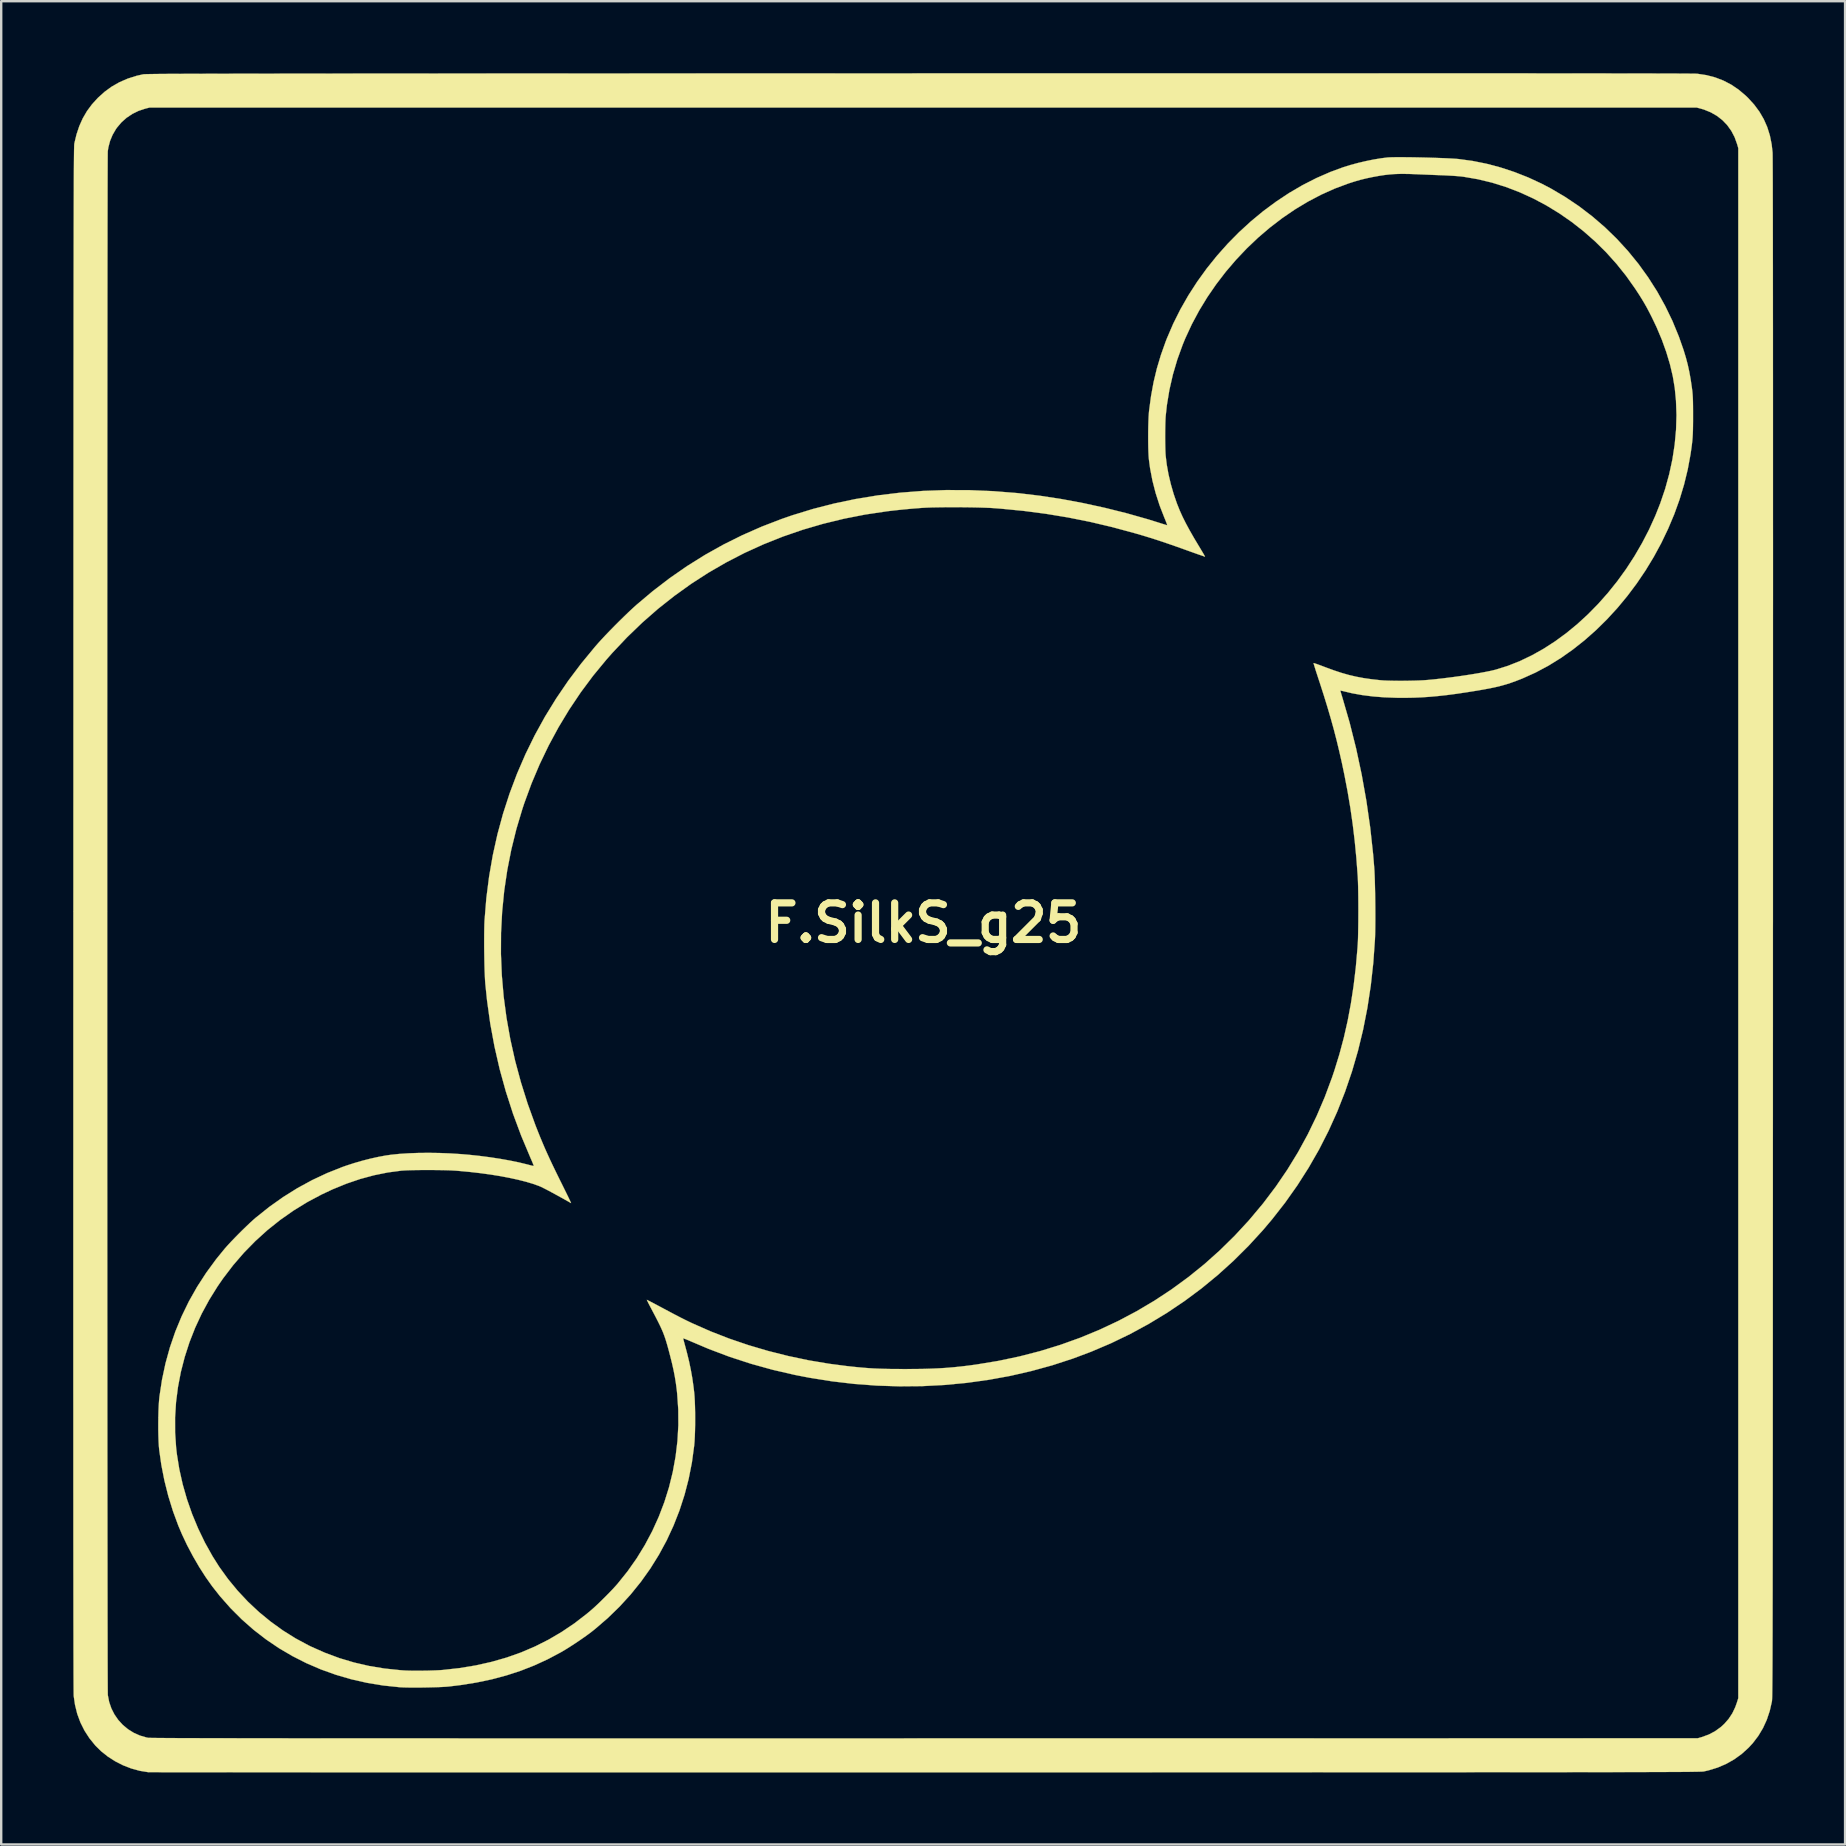
<source format=kicad_pcb>
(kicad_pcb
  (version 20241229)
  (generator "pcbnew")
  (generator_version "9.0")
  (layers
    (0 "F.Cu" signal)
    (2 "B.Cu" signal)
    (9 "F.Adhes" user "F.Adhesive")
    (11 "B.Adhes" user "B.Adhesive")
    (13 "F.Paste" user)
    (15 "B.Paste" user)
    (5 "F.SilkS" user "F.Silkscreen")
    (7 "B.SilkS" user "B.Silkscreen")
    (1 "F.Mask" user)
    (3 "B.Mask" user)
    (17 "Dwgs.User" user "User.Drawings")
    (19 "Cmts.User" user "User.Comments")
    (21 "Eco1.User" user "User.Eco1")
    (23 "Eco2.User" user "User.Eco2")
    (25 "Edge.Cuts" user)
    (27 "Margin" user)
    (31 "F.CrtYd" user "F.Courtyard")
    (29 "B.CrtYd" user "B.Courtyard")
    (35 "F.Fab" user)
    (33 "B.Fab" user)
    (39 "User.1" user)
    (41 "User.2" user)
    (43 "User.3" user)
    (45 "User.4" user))
  (footprint "F.SilkS_g25"
    (layer "F.Cu")
    (at 35.435 35.414)
    (property "Reference" "F.SilkS_g25" (at 0 0 0) (layer "F.SilkS") (effects (font (size 1.524 1.524) (thickness 0.3))))
    (attr through_hole)
    (fp_poly (pts (xy 16.532 -35.409) (xy 17.543 -35.409) (xy 18.517 -35.409) (xy 19.454 -35.408) (xy 20.355 -35.408) (xy 21.22 -35.408) (xy 22.049 -35.408) (xy 22.842 -35.408) (xy 23.601 -35.407) (xy 24.325 -35.407) (xy 25.014 -35.407) (xy 25.67 -35.406) (xy 26.292 -35.406) (xy 26.881 -35.406) (xy 27.437 -35.405) (xy 27.96 -35.405) (xy 28.452 -35.404) (xy 28.911 -35.403) (xy 29.34 -35.403) (xy 29.737 -35.402) (xy 30.104 -35.402) (xy 30.44 -35.401) (xy 30.746 -35.4) (xy 31.023 -35.399) (xy 31.271 -35.399) (xy 31.49 -35.398) (xy 31.68 -35.397) (xy 31.843 -35.396) (xy 31.977 -35.395) (xy 32.085 -35.394) (xy 32.165 -35.393) (xy 32.218 -35.392) (xy 32.246 -35.391) (xy 32.247 -35.391) (xy 32.632 -35.333) (xy 32.996 -35.238) (xy 33.341 -35.106) (xy 33.668 -34.936) (xy 33.977 -34.727) (xy 34.27 -34.479) (xy 34.366 -34.387) (xy 34.624 -34.104) (xy 34.843 -33.808) (xy 35.024 -33.497) (xy 35.169 -33.169) (xy 35.278 -32.821) (xy 35.353 -32.45) (xy 35.391 -32.109) (xy 35.392 -32.079) (xy 35.393 -32.019) (xy 35.394 -31.928) (xy 35.395 -31.807) (xy 35.396 -31.655) (xy 35.397 -31.472) (xy 35.398 -31.257) (xy 35.399 -31.01) (xy 35.4 -30.731) (xy 35.4 -30.419) (xy 35.401 -30.075) (xy 35.402 -29.698) (xy 35.403 -29.288) (xy 35.403 -28.844) (xy 35.404 -28.366) (xy 35.404 -27.854) (xy 35.405 -27.307) (xy 35.405 -26.726) (xy 35.406 -26.11) (xy 35.406 -25.458) (xy 35.407 -24.771) (xy 35.407 -24.048) (xy 35.407 -23.288) (xy 35.408 -22.492) (xy 35.408 -21.66) (xy 35.408 -20.79) (xy 35.408 -19.883) (xy 35.408 -18.938) (xy 35.408 -17.956) (xy 35.408 -16.935) (xy 35.409 -15.876) (xy 35.409 -14.777) (xy 35.409 -13.64) (xy 35.408 -12.463) (xy 35.408 -11.247) (xy 35.408 -9.991) (xy 35.408 -8.694) (xy 35.408 -7.357) (xy 35.408 -5.979) (xy 35.407 -4.56) (xy 35.407 -3.1) (xy 35.407 -1.598) (xy 35.407 -0.054) (xy 35.406 0.222) (xy 35.406 1.631) (xy 35.406 2.997) (xy 35.406 4.323) (xy 35.405 5.608) (xy 35.405 6.854) (xy 35.405 8.06) (xy 35.404 9.228) (xy 35.404 10.357) (xy 35.404 11.45) (xy 35.403 12.505) (xy 35.403 13.525) (xy 35.403 14.509) (xy 35.402 15.459) (xy 35.402 16.374) (xy 35.402 17.256) (xy 35.401 18.105) (xy 35.401 18.921) (xy 35.401 19.706) (xy 35.4 20.46) (xy 35.4 21.184) (xy 35.4 21.877) (xy 35.399 22.542) (xy 35.399 23.178) (xy 35.399 23.786) (xy 35.398 24.367) (xy 35.398 24.921) (xy 35.397 25.449) (xy 35.397 25.952) (xy 35.396 26.43) (xy 35.396 26.884) (xy 35.395 27.315) (xy 35.395 27.723) (xy 35.394 28.108) (xy 35.393 28.472) (xy 35.393 28.815) (xy 35.392 29.137) (xy 35.392 29.44) (xy 35.391 29.724) (xy 35.39 29.989) (xy 35.389 30.236) (xy 35.389 30.467) (xy 35.388 30.68) (xy 35.387 30.878) (xy 35.386 31.06) (xy 35.385 31.228) (xy 35.384 31.381) (xy 35.383 31.522) (xy 35.382 31.649) (xy 35.381 31.764) (xy 35.38 31.868) (xy 35.379 31.96) (xy 35.378 32.043) (xy 35.377 32.115) (xy 35.376 32.179) (xy 35.375 32.234) (xy 35.373 32.282) (xy 35.372 32.322) (xy 35.371 32.356) (xy 35.369 32.383) (xy 35.368 32.406) (xy 35.366 32.424) (xy 35.365 32.438) (xy 35.363 32.448) (xy 35.363 32.449) (xy 35.273 32.844) (xy 35.149 33.215) (xy 34.99 33.561) (xy 34.796 33.884) (xy 34.567 34.185) (xy 34.386 34.381) (xy 34.1 34.639) (xy 33.791 34.862) (xy 33.459 35.05) (xy 33.103 35.203) (xy 32.725 35.319) (xy 32.533 35.363) (xy 32.524 35.365) (xy 32.512 35.366) (xy 32.496 35.368) (xy 32.476 35.369) (xy 32.451 35.371) (xy 32.421 35.372) (xy 32.384 35.373) (xy 32.341 35.375) (xy 32.29 35.376) (xy 32.232 35.377) (xy 32.165 35.378) (xy 32.089 35.379) (xy 32.002 35.381) (xy 31.906 35.382) (xy 31.798 35.383) (xy 31.679 35.384) (xy 31.547 35.385) (xy 31.402 35.385) (xy 31.244 35.386) (xy 31.071 35.387) (xy 30.883 35.388) (xy 30.68 35.389) (xy 30.461 35.389) (xy 30.225 35.39) (xy 29.972 35.391) (xy 29.701 35.392) (xy 29.411 35.392) (xy 29.102 35.393) (xy 28.773 35.393) (xy 28.424 35.394) (xy 28.053 35.394) (xy 27.661 35.395) (xy 27.246 35.395) (xy 26.808 35.396) (xy 26.347 35.396) (xy 25.861 35.397) (xy 25.351 35.397) (xy 24.815 35.397) (xy 24.253 35.398) (xy 23.664 35.398) (xy 23.048 35.398) (xy 22.403 35.399) (xy 21.73 35.399) (xy 21.028 35.399) (xy 20.296 35.399) (xy 19.534 35.4) (xy 18.74 35.4) (xy 17.914 35.4) (xy 17.056 35.4) (xy 16.166 35.401) (xy 15.241 35.401) (xy 14.282 35.401) (xy 13.288 35.401) (xy 12.259 35.401) (xy 11.194 35.401) (xy 10.091 35.401) (xy 8.952 35.402) (xy 7.774 35.402) (xy 6.558 35.402) (xy 5.302 35.402) (xy 4.007 35.402) (xy 2.671 35.402) (xy 1.294 35.402) (xy 0.064 35.402) (xy -1.106 35.403) (xy -2.266 35.403) (xy -3.414 35.403) (xy -4.551 35.403) (xy -5.676 35.403) (xy -6.789 35.403) (xy -7.887 35.403) (xy -8.971 35.403) (xy -10.04 35.403) (xy -11.093 35.403) (xy -12.129 35.403) (xy -13.148 35.403) (xy -14.149 35.403) (xy -15.131 35.403) (xy -16.094 35.403) (xy -17.036 35.403) (xy -17.958 35.403) (xy -18.858 35.403) (xy -19.735 35.402) (xy -20.59 35.402) (xy -21.42 35.402) (xy -22.226 35.402) (xy -23.006 35.402) (xy -23.761 35.402) (xy -24.488 35.402) (xy -25.188 35.402) (xy -25.86 35.401) (xy -26.503 35.401) (xy -27.117 35.401) (xy -27.699 35.401) (xy -28.251 35.401) (xy -28.771 35.401) (xy -29.258 35.4) (xy -29.712 35.4) (xy -30.132 35.4) (xy -30.517 35.4) (xy -30.866 35.399) (xy -31.18 35.399) (xy -31.456 35.399) (xy -31.694 35.399) (xy -31.895 35.398) (xy -32.056 35.398) (xy -32.177 35.398) (xy -32.257 35.398) (xy -32.296 35.397) (xy -32.3 35.397) (xy -32.659 35.339) (xy -33.012 35.242) (xy -33.356 35.109) (xy -33.684 34.942) (xy -33.993 34.744) (xy -34.276 34.518) (xy -34.513 34.283) (xy -34.757 33.982) (xy -34.964 33.662) (xy -35.134 33.322) (xy -35.266 32.964) (xy -35.359 32.587) (xy -35.412 32.226) (xy -35.413 32.202) (xy -35.414 32.15) (xy -35.415 32.072) (xy -35.416 31.966) (xy -35.417 31.832) (xy -35.418 31.669) (xy -35.419 31.478) (xy -35.42 31.258) (xy -35.42 31.009) (xy -35.421 30.73) (xy -35.422 30.421) (xy -35.423 30.082) (xy -35.423 29.712) (xy -35.424 29.311) (xy -35.425 28.878) (xy -35.425 28.414) (xy -35.426 27.917) (xy -35.426 27.388) (xy -35.427 26.827) (xy -35.427 26.231) (xy -35.428 25.603) (xy -35.428 24.94) (xy -35.428 24.243) (xy -35.429 23.512) (xy -35.429 22.746) (xy -35.429 21.944) (xy -35.429 21.106) (xy -35.429 20.233) (xy -35.43 19.323) (xy -35.43 18.376) (xy -35.43 17.393) (xy -35.43 16.371) (xy -35.43 15.312) (xy -35.43 14.215) (xy -35.43 13.079) (xy -35.43 11.905) (xy -35.43 10.691) (xy -35.429 9.438) (xy -35.429 8.145) (xy -35.429 6.811) (xy -35.429 5.437) (xy -35.429 4.022) (xy -35.428 2.565) (xy -35.428 1.067) (xy -35.428 -0.159) (xy -35.427 -1.479) (xy -34.016 -1.479) (xy -34.016 -0.467) (xy -34.016 0.546) (xy -34.016 1.558) (xy -34.016 2.569) (xy -34.016 3.577) (xy -34.016 4.583) (xy -34.016 5.584) (xy -34.015 6.581) (xy -34.015 7.571) (xy -34.015 8.555) (xy -34.015 9.531) (xy -34.015 10.499) (xy -34.014 11.458) (xy -34.014 12.406) (xy -34.014 13.343) (xy -34.013 14.268) (xy -34.013 15.18) (xy -34.013 16.078) (xy -34.012 16.961) (xy -34.012 17.829) (xy -34.011 18.68) (xy -34.011 19.514) (xy -34.011 20.329) (xy -34.01 21.126) (xy -34.01 21.902) (xy -34.009 22.657) (xy -34.008 23.39) (xy -34.008 24.101) (xy -34.007 24.788) (xy -34.007 25.45) (xy -34.006 26.087) (xy -34.005 26.698) (xy -34.005 27.281) (xy -34.004 27.836) (xy -34.003 28.362) (xy -34.003 28.859) (xy -34.002 29.324) (xy -34.001 29.758) (xy -34 30.159) (xy -34 30.527) (xy -33.999 30.861) (xy -33.998 31.159) (xy -33.997 31.421) (xy -33.996 31.646) (xy -33.995 31.833) (xy -33.994 31.981) (xy -33.993 32.09) (xy -33.992 32.158) (xy -33.991 32.184) (xy -33.936 32.469) (xy -33.843 32.739) (xy -33.715 32.99) (xy -33.555 33.221) (xy -33.366 33.427) (xy -33.15 33.606) (xy -32.911 33.755) (xy -32.651 33.871) (xy -32.374 33.951) (xy -32.314 33.962) (xy -32.301 33.964) (xy -32.276 33.965) (xy -32.237 33.966) (xy -32.185 33.967) (xy -32.119 33.968) (xy -32.038 33.969) (xy -31.942 33.97) (xy -31.829 33.971) (xy -31.701 33.972) (xy -31.555 33.973) (xy -31.392 33.974) (xy -31.21 33.975) (xy -31.01 33.976) (xy -30.791 33.976) (xy -30.552 33.977) (xy -30.292 33.978) (xy -30.012 33.979) (xy -29.709 33.979) (xy -29.385 33.98) (xy -29.039 33.981) (xy -28.669 33.981) (xy -28.275 33.982) (xy -27.857 33.982) (xy -27.414 33.983) (xy -26.945 33.983) (xy -26.45 33.984) (xy -25.929 33.984) (xy -25.381 33.984) (xy -24.805 33.985) (xy -24.2 33.985) (xy -23.567 33.985) (xy -22.905 33.986) (xy -22.212 33.986) (xy -21.489 33.986) (xy -20.734 33.986) (xy -19.948 33.986) (xy -19.13 33.987) (xy -18.279 33.987) (xy -17.395 33.987) (xy -16.476 33.987) (xy -15.523 33.987) (xy -14.535 33.987) (xy -13.512 33.987) (xy -12.452 33.987) (xy -11.355 33.987) (xy -10.221 33.987) (xy -9.049 33.987) (xy -7.839 33.987) (xy -6.59 33.987) (xy -5.301 33.987) (xy -3.972 33.987) (xy -2.602 33.987) (xy -1.191 33.987) (xy 0.053 33.986) (xy 32.269 33.983) (xy 32.438 33.934) (xy 32.728 33.829) (xy 32.993 33.69) (xy 33.233 33.516) (xy 33.38 33.382) (xy 33.564 33.171) (xy 33.714 32.942) (xy 33.835 32.689) (xy 33.903 32.5) (xy 33.962 32.311) (xy 33.962 -32.29) (xy 33.913 -32.459) (xy 33.809 -32.748) (xy 33.671 -33.012) (xy 33.501 -33.249) (xy 33.301 -33.457) (xy 33.072 -33.635) (xy 32.816 -33.782) (xy 32.534 -33.897) (xy 32.398 -33.937) (xy 32.226 -33.983) (xy -32.247 -33.983) (xy -32.435 -33.935) (xy -32.71 -33.844) (xy -32.969 -33.717) (xy -33.208 -33.557) (xy -33.422 -33.367) (xy -33.606 -33.15) (xy -33.653 -33.084) (xy -33.794 -32.841) (xy -33.898 -32.591) (xy -33.968 -32.325) (xy -33.993 -32.165) (xy -33.994 -32.136) (xy -33.995 -32.066) (xy -33.996 -31.955) (xy -33.997 -31.804) (xy -33.998 -31.615) (xy -33.999 -31.388) (xy -34 -31.123) (xy -34.001 -30.823) (xy -34.002 -30.488) (xy -34.002 -30.118) (xy -34.003 -29.715) (xy -34.004 -29.279) (xy -34.005 -28.811) (xy -34.005 -28.313) (xy -34.006 -27.785) (xy -34.007 -27.228) (xy -34.007 -26.643) (xy -34.008 -26.031) (xy -34.008 -25.393) (xy -34.009 -24.729) (xy -34.009 -24.041) (xy -34.01 -23.329) (xy -34.01 -22.594) (xy -34.011 -21.838) (xy -34.011 -21.06) (xy -34.012 -20.263) (xy -34.012 -19.446) (xy -34.013 -18.611) (xy -34.013 -17.759) (xy -34.013 -16.891) (xy -34.014 -16.006) (xy -34.014 -15.107) (xy -34.014 -14.195) (xy -34.015 -13.269) (xy -34.015 -12.331) (xy -34.015 -11.383) (xy -34.015 -10.424) (xy -34.015 -9.455) (xy -34.016 -8.478) (xy -34.016 -7.494) (xy -34.016 -6.503) (xy -34.016 -5.506) (xy -34.016 -4.505) (xy -34.016 -3.499) (xy -34.016 -2.49) (xy -34.016 -1.479) (xy -35.427 -1.479) (xy -35.427 -1.573) (xy -35.427 -2.947) (xy -35.427 -4.278) (xy -35.426 -5.57) (xy -35.426 -6.822) (xy -35.426 -8.034) (xy -35.425 -9.208) (xy -35.425 -10.343) (xy -35.425 -11.442) (xy -35.425 -12.504) (xy -35.424 -13.529) (xy -35.424 -14.519) (xy -35.424 -15.474) (xy -35.423 -16.395) (xy -35.423 -17.283) (xy -35.423 -18.137) (xy -35.422 -18.959) (xy -35.422 -19.749) (xy -35.421 -20.508) (xy -35.421 -21.236) (xy -35.421 -21.935) (xy -35.42 -22.604) (xy -35.42 -23.245) (xy -35.419 -23.857) (xy -35.419 -24.442) (xy -35.419 -25) (xy -35.418 -25.532) (xy -35.418 -26.039) (xy -35.417 -26.521) (xy -35.417 -26.978) (xy -35.416 -27.411) (xy -35.415 -27.822) (xy -35.415 -28.21) (xy -35.414 -28.576) (xy -35.414 -28.921) (xy -35.413 -29.246) (xy -35.412 -29.55) (xy -35.412 -29.835) (xy -35.411 -30.101) (xy -35.41 -30.35) (xy -35.409 -30.58) (xy -35.409 -30.794) (xy -35.408 -30.992) (xy -35.407 -31.174) (xy -35.406 -31.341) (xy -35.405 -31.494) (xy -35.404 -31.632) (xy -35.403 -31.758) (xy -35.402 -31.871) (xy -35.401 -31.973) (xy -35.4 -32.063) (xy -35.399 -32.142) (xy -35.398 -32.212) (xy -35.396 -32.271) (xy -35.395 -32.323) (xy -35.394 -32.366) (xy -35.393 -32.401) (xy -35.391 -32.43) (xy -35.39 -32.452) (xy -35.388 -32.468) (xy -35.387 -32.48) (xy -35.387 -32.483) (xy -35.296 -32.863) (xy -35.179 -33.212) (xy -35.034 -33.535) (xy -34.859 -33.835) (xy -34.651 -34.116) (xy -34.409 -34.382) (xy -34.406 -34.385) (xy -34.126 -34.638) (xy -33.826 -34.856) (xy -33.506 -35.038) (xy -33.163 -35.187) (xy -32.793 -35.304) (xy -32.524 -35.365) (xy -32.514 -35.367) (xy -32.499 -35.368) (xy -32.479 -35.37) (xy -32.452 -35.371) (xy -32.419 -35.372) (xy -32.378 -35.374) (xy -32.329 -35.375) (xy -32.272 -35.376) (xy -32.205 -35.377) (xy -32.128 -35.378) (xy -32.041 -35.38) (xy -31.942 -35.381) (xy -31.832 -35.382) (xy -31.71 -35.383) (xy -31.574 -35.384) (xy -31.425 -35.385) (xy -31.261 -35.385) (xy -31.083 -35.386) (xy -30.889 -35.387) (xy -30.679 -35.388) (xy -30.452 -35.389) (xy -30.208 -35.389) (xy -29.946 -35.39) (xy -29.665 -35.391) (xy -29.366 -35.392) (xy -29.046 -35.392) (xy -28.706 -35.393) (xy -28.344 -35.394) (xy -27.961 -35.394) (xy -27.556 -35.395) (xy -27.128 -35.395) (xy -26.676 -35.396) (xy -26.2 -35.396) (xy -25.7 -35.397) (xy -25.173 -35.397) (xy -24.621 -35.398) (xy -24.042 -35.398) (xy -23.436 -35.399) (xy -22.802 -35.399) (xy -22.139 -35.399) (xy -21.448 -35.4) (xy -20.726 -35.4) (xy -19.974 -35.401) (xy -19.191 -35.401) (xy -18.377 -35.401) (xy -17.53 -35.402) (xy -16.65 -35.402) (xy -15.737 -35.402) (xy -14.79 -35.403) (xy -13.808 -35.403) (xy -12.791 -35.403) (xy -11.738 -35.404) (xy -10.648 -35.404) (xy -9.521 -35.404) (xy -8.356 -35.405) (xy -7.152 -35.405) (xy -5.91 -35.405) (xy -4.628 -35.405) (xy -3.305 -35.406) (xy -1.942 -35.406) (xy -0.537 -35.406) (xy -0.169 -35.407) (xy 1.359 -35.407) (xy 2.846 -35.407) (xy 4.291 -35.407) (xy 5.694 -35.408) (xy 7.057 -35.408) (xy 8.379 -35.408) (xy 9.661 -35.408) (xy 10.904 -35.408) (xy 12.107 -35.409) (xy 13.271 -35.409) (xy 14.396 -35.409) (xy 15.483 -35.409) (xy 16.532 -35.409)) (stroke (width 0.01) (type solid)) (fill yes) (layer "F.SilkS"))
    (fp_poly (pts (xy 20.098 -31.911) (xy 20.32 -31.909) (xy 20.553 -31.905) (xy 20.792 -31.9) (xy 21.033 -31.894) (xy 21.271 -31.887) (xy 21.5 -31.879) (xy 21.715 -31.871) (xy 21.911 -31.862) (xy 22.083 -31.852) (xy 22.226 -31.843) (xy 22.31 -31.835) (xy 22.886 -31.757) (xy 23.469 -31.64) (xy 24.053 -31.485) (xy 24.634 -31.294) (xy 25.208 -31.068) (xy 25.769 -30.808) (xy 26.144 -30.612) (xy 26.746 -30.257) (xy 27.323 -29.869) (xy 27.874 -29.448) (xy 28.399 -28.996) (xy 28.895 -28.515) (xy 29.362 -28.005) (xy 29.799 -27.469) (xy 30.204 -26.907) (xy 30.577 -26.322) (xy 30.915 -25.714) (xy 31.219 -25.085) (xy 31.486 -24.436) (xy 31.682 -23.876) (xy 31.776 -23.567) (xy 31.855 -23.268) (xy 31.921 -22.965) (xy 31.978 -22.647) (xy 32.029 -22.299) (xy 32.042 -22.197) (xy 32.052 -22.102) (xy 32.06 -22.008) (xy 32.066 -21.908) (xy 32.071 -21.797) (xy 32.074 -21.667) (xy 32.076 -21.512) (xy 32.077 -21.327) (xy 32.077 -21.156) (xy 32.077 -20.915) (xy 32.075 -20.709) (xy 32.072 -20.53) (xy 32.066 -20.371) (xy 32.057 -20.224) (xy 32.045 -20.083) (xy 32.029 -19.939) (xy 32.009 -19.785) (xy 31.984 -19.614) (xy 31.973 -19.536) (xy 31.856 -18.902) (xy 31.703 -18.272) (xy 31.515 -17.648) (xy 31.293 -17.032) (xy 31.038 -16.427) (xy 30.754 -15.834) (xy 30.44 -15.255) (xy 30.099 -14.693) (xy 29.732 -14.15) (xy 29.34 -13.627) (xy 28.926 -13.127) (xy 28.49 -12.652) (xy 28.035 -12.204) (xy 27.561 -11.784) (xy 27.071 -11.396) (xy 26.566 -11.04) (xy 26.048 -10.719) (xy 25.517 -10.436) (xy 24.976 -10.192) (xy 24.93 -10.173) (xy 24.706 -10.086) (xy 24.496 -10.01) (xy 24.29 -9.943) (xy 24.081 -9.884) (xy 23.861 -9.83) (xy 23.621 -9.779) (xy 23.354 -9.729) (xy 23.103 -9.685) (xy 22.646 -9.612) (xy 22.224 -9.549) (xy 21.831 -9.497) (xy 21.461 -9.456) (xy 21.11 -9.424) (xy 20.77 -9.401) (xy 20.437 -9.387) (xy 20.105 -9.381) (xy 19.768 -9.382) (xy 19.706 -9.383) (xy 19.202 -9.402) (xy 18.731 -9.439) (xy 18.289 -9.495) (xy 17.871 -9.57) (xy 17.489 -9.661) (xy 17.428 -9.675) (xy 17.388 -9.68) (xy 17.378 -9.677) (xy 17.384 -9.652) (xy 17.4 -9.595) (xy 17.424 -9.514) (xy 17.454 -9.415) (xy 17.463 -9.387) (xy 17.766 -8.339) (xy 18.034 -7.27) (xy 18.266 -6.184) (xy 18.462 -5.086) (xy 18.621 -3.98) (xy 18.742 -2.871) (xy 18.787 -2.328) (xy 18.798 -2.165) (xy 18.807 -1.966) (xy 18.815 -1.737) (xy 18.821 -1.486) (xy 18.827 -1.219) (xy 18.831 -0.942) (xy 18.834 -0.661) (xy 18.835 -0.385) (xy 18.835 -0.118) (xy 18.833 0.133) (xy 18.83 0.36) (xy 18.825 0.558) (xy 18.819 0.694) (xy 18.75 1.665) (xy 18.645 2.614) (xy 18.504 3.542) (xy 18.326 4.449) (xy 18.111 5.334) (xy 17.86 6.198) (xy 17.572 7.041) (xy 17.248 7.863) (xy 16.887 8.664) (xy 16.49 9.444) (xy 16.055 10.202) (xy 15.584 10.94) (xy 15.077 11.657) (xy 14.532 12.354) (xy 14.157 12.798) (xy 13.554 13.456) (xy 12.925 14.082) (xy 12.269 14.675) (xy 11.587 15.236) (xy 10.88 15.762) (xy 10.149 16.254) (xy 9.394 16.711) (xy 8.616 17.134) (xy 7.815 17.521) (xy 6.993 17.871) (xy 6.234 18.156) (xy 5.373 18.437) (xy 4.496 18.678) (xy 3.606 18.882) (xy 2.702 19.046) (xy 1.789 19.172) (xy 0.866 19.259) (xy -0.063 19.307) (xy -0.998 19.315) (xy -1.936 19.285) (xy -2.875 19.215) (xy -3.814 19.105) (xy -4.75 18.956) (xy -5.355 18.839) (xy -6.282 18.625) (xy -7.19 18.373) (xy -8.08 18.083) (xy -8.952 17.754) (xy -9.668 17.45) (xy -9.778 17.402) (xy -9.874 17.363) (xy -9.949 17.334) (xy -9.997 17.318) (xy -10.012 17.317) (xy -10.006 17.346) (xy -9.992 17.404) (xy -9.971 17.483) (xy -9.96 17.522) (xy -9.855 17.915) (xy -9.766 18.281) (xy -9.693 18.631) (xy -9.632 18.973) (xy -9.583 19.319) (xy -9.552 19.579) (xy -9.538 19.747) (xy -9.527 19.949) (xy -9.519 20.176) (xy -9.514 20.421) (xy -9.513 20.674) (xy -9.514 20.928) (xy -9.519 21.174) (xy -9.527 21.404) (xy -9.538 21.609) (xy -9.553 21.782) (xy -9.554 21.791) (xy -9.648 22.488) (xy -9.783 23.171) (xy -9.956 23.838) (xy -10.167 24.489) (xy -10.416 25.123) (xy -10.701 25.738) (xy -11.023 26.333) (xy -11.381 26.908) (xy -11.774 27.46) (xy -12.201 27.989) (xy -12.662 28.494) (xy -13.156 28.974) (xy -13.682 29.427) (xy -13.822 29.538) (xy -13.965 29.646) (xy -14.135 29.768) (xy -14.323 29.899) (xy -14.52 30.031) (xy -14.717 30.159) (xy -14.903 30.276) (xy -15.07 30.376) (xy -15.113 30.4) (xy -15.655 30.688) (xy -16.209 30.943) (xy -16.78 31.167) (xy -17.37 31.36) (xy -17.982 31.524) (xy -18.619 31.658) (xy -19.285 31.765) (xy -19.78 31.825) (xy -19.899 31.835) (xy -20.053 31.844) (xy -20.235 31.852) (xy -20.437 31.858) (xy -20.651 31.863) (xy -20.871 31.867) (xy -21.088 31.868) (xy -21.297 31.868) (xy -21.488 31.867) (xy -21.655 31.863) (xy -21.79 31.857) (xy -21.833 31.854) (xy -22.521 31.782) (xy -23.194 31.671) (xy -23.851 31.522) (xy -24.491 31.335) (xy -25.113 31.112) (xy -25.716 30.852) (xy -26.299 30.556) (xy -26.861 30.226) (xy -27.4 29.86) (xy -27.916 29.461) (xy -28.408 29.028) (xy -28.874 28.562) (xy -29.313 28.065) (xy -29.637 27.654) (xy -29.913 27.265) (xy -30.183 26.843) (xy -30.441 26.399) (xy -30.682 25.944) (xy -30.898 25.487) (xy -31.052 25.125) (xy -31.276 24.517) (xy -31.471 23.885) (xy -31.633 23.241) (xy -31.76 22.593) (xy -31.849 21.968) (xy -31.865 21.796) (xy -31.876 21.591) (xy -31.884 21.36) (xy -31.889 21.113) (xy -31.889 20.856) (xy -31.886 20.608) (xy -31.188 20.608) (xy -31.187 21.242) (xy -31.144 21.874) (xy -31.114 22.136) (xy -31.013 22.765) (xy -30.872 23.395) (xy -30.693 24.021) (xy -30.477 24.639) (xy -30.226 25.243) (xy -29.943 25.83) (xy -29.628 26.394) (xy -29.347 26.839) (xy -28.98 27.348) (xy -28.58 27.833) (xy -28.15 28.292) (xy -27.691 28.722) (xy -27.205 29.121) (xy -26.696 29.488) (xy -26.166 29.82) (xy -25.617 30.115) (xy -25.516 30.164) (xy -24.931 30.423) (xy -24.335 30.644) (xy -23.728 30.825) (xy -23.106 30.969) (xy -22.467 31.075) (xy -21.809 31.144) (xy -21.632 31.157) (xy -21.487 31.163) (xy -21.31 31.167) (xy -21.109 31.168) (xy -20.896 31.167) (xy -20.68 31.164) (xy -20.471 31.158) (xy -20.278 31.151) (xy -20.112 31.142) (xy -20.034 31.136) (xy -19.332 31.058) (xy -18.656 30.946) (xy -18.004 30.8) (xy -17.374 30.62) (xy -16.767 30.405) (xy -16.181 30.154) (xy -15.615 29.868) (xy -15.068 29.546) (xy -14.538 29.188) (xy -14.025 28.792) (xy -13.851 28.646) (xy -13.725 28.535) (xy -13.58 28.4) (xy -13.423 28.249) (xy -13.261 28.088) (xy -13.102 27.927) (xy -12.954 27.773) (xy -12.825 27.632) (xy -12.742 27.538) (xy -12.328 27.022) (xy -11.949 26.483) (xy -11.606 25.923) (xy -11.299 25.345) (xy -11.029 24.75) (xy -10.796 24.14) (xy -10.601 23.517) (xy -10.445 22.882) (xy -10.328 22.239) (xy -10.25 21.589) (xy -10.213 20.934) (xy -10.217 20.275) (xy -10.263 19.615) (xy -10.278 19.473) (xy -10.315 19.189) (xy -10.359 18.915) (xy -10.413 18.637) (xy -10.479 18.344) (xy -10.554 18.045) (xy -10.61 17.832) (xy -10.66 17.648) (xy -10.707 17.486) (xy -10.752 17.34) (xy -10.799 17.205) (xy -10.849 17.073) (xy -10.906 16.94) (xy -10.971 16.798) (xy -11.047 16.643) (xy -11.137 16.467) (xy -11.242 16.266) (xy -11.342 16.076) (xy -11.401 15.965) (xy -11.452 15.866) (xy -11.491 15.787) (xy -11.517 15.733) (xy -11.526 15.711) (xy -11.526 15.71) (xy -11.507 15.718) (xy -11.455 15.744) (xy -11.374 15.785) (xy -11.27 15.839) (xy -11.148 15.904) (xy -11.011 15.977) (xy -10.951 16.009) (xy -10.726 16.129) (xy -10.533 16.232) (xy -10.367 16.32) (xy -10.222 16.395) (xy -10.095 16.461) (xy -9.979 16.519) (xy -9.87 16.573) (xy -9.762 16.625) (xy -9.651 16.678) (xy -9.625 16.69) (xy -8.875 17.021) (xy -8.097 17.324) (xy -7.295 17.597) (xy -6.472 17.84) (xy -5.634 18.051) (xy -4.785 18.23) (xy -3.928 18.374) (xy -3.207 18.468) (xy -2.946 18.497) (xy -2.709 18.521) (xy -2.489 18.541) (xy -2.278 18.557) (xy -2.07 18.57) (xy -1.857 18.579) (xy -1.632 18.586) (xy -1.388 18.591) (xy -1.118 18.593) (xy -0.813 18.594) (xy -0.751 18.594) (xy -0.356 18.593) (xy 0.005 18.588) (xy 0.339 18.578) (xy 0.654 18.564) (xy 0.956 18.545) (xy 1.254 18.52) (xy 1.555 18.489) (xy 1.867 18.452) (xy 2.197 18.407) (xy 2.223 18.403) (xy 3.121 18.255) (xy 4.003 18.069) (xy 4.867 17.846) (xy 5.712 17.585) (xy 6.537 17.289) (xy 7.342 16.956) (xy 8.127 16.587) (xy 8.889 16.183) (xy 9.63 15.744) (xy 10.347 15.271) (xy 11.04 14.764) (xy 11.71 14.223) (xy 12.353 13.648) (xy 12.971 13.041) (xy 13.563 12.401) (xy 14.127 11.729) (xy 14.169 11.677) (xy 14.686 10.992) (xy 15.166 10.288) (xy 15.61 9.563) (xy 16.018 8.816) (xy 16.391 8.046) (xy 16.73 7.253) (xy 17.034 6.435) (xy 17.13 6.149) (xy 17.339 5.47) (xy 17.523 4.782) (xy 17.682 4.081) (xy 17.817 3.361) (xy 17.93 2.618) (xy 18.022 1.848) (xy 18.092 1.046) (xy 18.101 0.91) (xy 18.109 0.778) (xy 18.115 0.609) (xy 18.119 0.41) (xy 18.123 0.188) (xy 18.126 -0.052) (xy 18.127 -0.304) (xy 18.128 -0.561) (xy 18.127 -0.818) (xy 18.125 -1.068) (xy 18.122 -1.304) (xy 18.118 -1.522) (xy 18.112 -1.714) (xy 18.106 -1.874) (xy 18.101 -1.958) (xy 18.045 -2.702) (xy 17.976 -3.415) (xy 17.893 -4.108) (xy 17.795 -4.791) (xy 17.68 -5.474) (xy 17.547 -6.167) (xy 17.544 -6.181) (xy 17.441 -6.673) (xy 17.334 -7.146) (xy 17.223 -7.607) (xy 17.105 -8.064) (xy 16.977 -8.525) (xy 16.838 -8.999) (xy 16.686 -9.492) (xy 16.518 -10.014) (xy 16.464 -10.177) (xy 16.413 -10.334) (xy 16.366 -10.477) (xy 16.327 -10.602) (xy 16.295 -10.705) (xy 16.273 -10.779) (xy 16.263 -10.822) (xy 16.262 -10.829) (xy 16.284 -10.825) (xy 16.34 -10.807) (xy 16.424 -10.778) (xy 16.532 -10.739) (xy 16.657 -10.692) (xy 16.767 -10.65) (xy 17.109 -10.525) (xy 17.427 -10.42) (xy 17.732 -10.333) (xy 18.035 -10.262) (xy 18.348 -10.203) (xy 18.68 -10.155) (xy 19.039 -10.115) (xy 19.179 -10.104) (xy 19.353 -10.097) (xy 19.554 -10.092) (xy 19.773 -10.089) (xy 20.003 -10.089) (xy 20.236 -10.092) (xy 20.463 -10.097) (xy 20.678 -10.104) (xy 20.872 -10.114) (xy 21.029 -10.126) (xy 21.283 -10.15) (xy 21.553 -10.18) (xy 21.834 -10.214) (xy 22.12 -10.251) (xy 22.406 -10.291) (xy 22.686 -10.333) (xy 22.955 -10.376) (xy 23.206 -10.419) (xy 23.434 -10.462) (xy 23.633 -10.502) (xy 23.799 -10.541) (xy 23.855 -10.555) (xy 24.362 -10.714) (xy 24.864 -10.914) (xy 25.361 -11.152) (xy 25.851 -11.427) (xy 26.331 -11.737) (xy 26.8 -12.081) (xy 27.257 -12.457) (xy 27.699 -12.863) (xy 28.125 -13.297) (xy 28.533 -13.758) (xy 28.922 -14.243) (xy 29.289 -14.751) (xy 29.633 -15.281) (xy 29.952 -15.83) (xy 30.245 -16.396) (xy 30.509 -16.979) (xy 30.709 -17.484) (xy 30.916 -18.093) (xy 31.085 -18.708) (xy 31.218 -19.325) (xy 31.312 -19.943) (xy 31.369 -20.557) (xy 31.387 -21.165) (xy 31.366 -21.764) (xy 31.315 -22.288) (xy 31.234 -22.776) (xy 31.116 -23.278) (xy 30.962 -23.791) (xy 30.775 -24.311) (xy 30.554 -24.834) (xy 30.36 -25.241) (xy 30.252 -25.452) (xy 30.153 -25.64) (xy 30.054 -25.815) (xy 29.951 -25.988) (xy 29.837 -26.171) (xy 29.705 -26.373) (xy 29.663 -26.437) (xy 29.288 -26.967) (xy 28.884 -27.471) (xy 28.454 -27.95) (xy 27.998 -28.4) (xy 27.519 -28.822) (xy 27.02 -29.213) (xy 26.502 -29.573) (xy 25.967 -29.9) (xy 25.417 -30.193) (xy 24.855 -30.45) (xy 24.282 -30.67) (xy 23.7 -30.852) (xy 23.112 -30.994) (xy 22.519 -31.096) (xy 22.458 -31.104) (xy 22.359 -31.115) (xy 22.227 -31.126) (xy 22.074 -31.137) (xy 21.909 -31.146) (xy 21.742 -31.155) (xy 21.664 -31.158) (xy 21.481 -31.165) (xy 21.272 -31.173) (xy 21.05 -31.182) (xy 20.831 -31.191) (xy 20.632 -31.199) (xy 20.574 -31.202) (xy 20.289 -31.213) (xy 20.038 -31.217) (xy 19.813 -31.216) (xy 19.607 -31.208) (xy 19.412 -31.192) (xy 19.219 -31.17) (xy 19.022 -31.14) (xy 18.996 -31.136) (xy 18.713 -31.084) (xy 18.458 -31.03) (xy 18.216 -30.971) (xy 17.975 -30.901) (xy 17.718 -30.819) (xy 17.715 -30.818) (xy 17.143 -30.605) (xy 16.58 -30.352) (xy 16.026 -30.061) (xy 15.484 -29.735) (xy 14.956 -29.374) (xy 14.444 -28.982) (xy 13.951 -28.561) (xy 13.478 -28.111) (xy 13.028 -27.636) (xy 12.602 -27.138) (xy 12.203 -26.617) (xy 11.832 -26.078) (xy 11.493 -25.521) (xy 11.186 -24.948) (xy 10.915 -24.363) (xy 10.806 -24.098) (xy 10.582 -23.479) (xy 10.397 -22.849) (xy 10.252 -22.214) (xy 10.147 -21.576) (xy 10.097 -21.114) (xy 10.09 -20.995) (xy 10.084 -20.843) (xy 10.08 -20.667) (xy 10.077 -20.474) (xy 10.076 -20.274) (xy 10.077 -20.075) (xy 10.08 -19.885) (xy 10.084 -19.714) (xy 10.09 -19.569) (xy 10.097 -19.473) (xy 10.143 -19.094) (xy 10.215 -18.694) (xy 10.312 -18.285) (xy 10.429 -17.878) (xy 10.565 -17.483) (xy 10.682 -17.19) (xy 10.799 -16.931) (xy 10.936 -16.657) (xy 11.094 -16.364) (xy 11.276 -16.046) (xy 11.416 -15.812) (xy 11.498 -15.676) (xy 11.572 -15.552) (xy 11.636 -15.445) (xy 11.686 -15.359) (xy 11.721 -15.298) (xy 11.736 -15.268) (xy 11.737 -15.265) (xy 11.716 -15.27) (xy 11.66 -15.289) (xy 11.573 -15.319) (xy 11.458 -15.358) (xy 11.321 -15.407) (xy 11.166 -15.462) (xy 10.996 -15.523) (xy 10.94 -15.543) (xy 10.591 -15.668) (xy 10.273 -15.779) (xy 9.979 -15.88) (xy 9.699 -15.972) (xy 9.427 -16.058) (xy 9.153 -16.142) (xy 8.871 -16.224) (xy 8.795 -16.246) (xy 7.863 -16.498) (xy 6.944 -16.715) (xy 6.028 -16.898) (xy 5.108 -17.05) (xy 4.175 -17.172) (xy 3.22 -17.265) (xy 2.942 -17.286) (xy 2.781 -17.296) (xy 2.586 -17.304) (xy 2.363 -17.311) (xy 2.119 -17.317) (xy 1.86 -17.321) (xy 1.591 -17.324) (xy 1.32 -17.325) (xy 1.053 -17.325) (xy 0.795 -17.323) (xy 0.553 -17.319) (xy 0.333 -17.315) (xy 0.142 -17.308) (xy -0.014 -17.3) (xy -0.042 -17.298) (xy -0.445 -17.267) (xy -0.814 -17.233) (xy -1.161 -17.197) (xy -1.495 -17.158) (xy -1.524 -17.154) (xy -2.428 -17.019) (xy -3.314 -16.845) (xy -4.18 -16.634) (xy -5.028 -16.386) (xy -5.856 -16.101) (xy -6.664 -15.779) (xy -7.451 -15.421) (xy -8.217 -15.026) (xy -8.962 -14.595) (xy -9.685 -14.128) (xy -10.385 -13.625) (xy -11.063 -13.088) (xy -11.718 -12.514) (xy -12.349 -11.906) (xy -12.956 -11.263) (xy -13.22 -10.964) (xy -13.767 -10.3) (xy -14.281 -9.609) (xy -14.761 -8.893) (xy -15.208 -8.153) (xy -15.619 -7.392) (xy -15.994 -6.611) (xy -16.332 -5.812) (xy -16.632 -4.996) (xy -16.712 -4.754) (xy -16.964 -3.913) (xy -17.174 -3.062) (xy -17.343 -2.204) (xy -17.471 -1.339) (xy -17.557 -0.467) (xy -17.603 0.41) (xy -17.607 1.292) (xy -17.571 2.178) (xy -17.494 3.067) (xy -17.375 3.959) (xy -17.216 4.852) (xy -17.016 5.747) (xy -16.775 6.641) (xy -16.494 7.535) (xy -16.172 8.427) (xy -16.084 8.65) (xy -15.985 8.898) (xy -15.886 9.135) (xy -15.787 9.369) (xy -15.682 9.604) (xy -15.57 9.849) (xy -15.448 10.108) (xy -15.312 10.389) (xy -15.16 10.699) (xy -15.098 10.823) (xy -15.011 10.999) (xy -14.93 11.163) (xy -14.857 11.311) (xy -14.795 11.438) (xy -14.745 11.543) (xy -14.709 11.62) (xy -14.688 11.666) (xy -14.684 11.678) (xy -14.977 11.513) (xy -15.237 11.369) (xy -15.463 11.246) (xy -15.655 11.143) (xy -15.812 11.062) (xy -15.934 11.002) (xy -16.019 10.965) (xy -16.274 10.874) (xy -16.566 10.787) (xy -16.894 10.704) (xy -17.252 10.626) (xy -17.637 10.553) (xy -18.045 10.487) (xy -18.472 10.429) (xy -18.914 10.378) (xy -19.368 10.336) (xy -19.494 10.326) (xy -19.625 10.318) (xy -19.788 10.311) (xy -19.975 10.306) (xy -20.182 10.302) (xy -20.4 10.3) (xy -20.624 10.299) (xy -20.847 10.299) (xy -21.062 10.301) (xy -21.263 10.304) (xy -21.444 10.309) (xy -21.598 10.315) (xy -21.718 10.323) (xy -21.749 10.325) (xy -22.323 10.401) (xy -22.896 10.517) (xy -23.469 10.672) (xy -24.043 10.867) (xy -24.621 11.103) (xy -25.072 11.314) (xy -25.675 11.635) (xy -26.255 11.991) (xy -26.81 12.381) (xy -27.34 12.804) (xy -27.843 13.26) (xy -28.32 13.747) (xy -28.767 14.265) (xy -29.186 14.814) (xy -29.415 15.145) (xy -29.764 15.706) (xy -30.077 16.283) (xy -30.352 16.874) (xy -30.589 17.478) (xy -30.787 18.092) (xy -30.947 18.713) (xy -31.067 19.341) (xy -31.148 19.973) (xy -31.188 20.608) (xy -31.886 20.608) (xy -31.886 20.6) (xy -31.88 20.352) (xy -31.87 20.12) (xy -31.856 19.913) (xy -31.839 19.739) (xy -31.839 19.738) (xy -31.733 19.039) (xy -31.587 18.355) (xy -31.402 17.686) (xy -31.178 17.033) (xy -30.914 16.395) (xy -30.612 15.773) (xy -30.27 15.168) (xy -29.89 14.581) (xy -29.472 14.01) (xy -29.102 13.557) (xy -28.991 13.433) (xy -28.857 13.288) (xy -28.705 13.13) (xy -28.543 12.965) (xy -28.378 12.8) (xy -28.214 12.642) (xy -28.061 12.497) (xy -27.923 12.371) (xy -27.832 12.291) (xy -27.266 11.839) (xy -26.685 11.427) (xy -26.089 11.054) (xy -25.477 10.721) (xy -24.851 10.427) (xy -24.209 10.172) (xy -24.056 10.118) (xy -23.729 10.012) (xy -23.392 9.914) (xy -23.053 9.827) (xy -22.724 9.754) (xy -22.414 9.696) (xy -22.193 9.664) (xy -21.844 9.628) (xy -21.461 9.603) (xy -21.052 9.588) (xy -20.622 9.584) (xy -20.181 9.59) (xy -19.734 9.607) (xy -19.289 9.635) (xy -18.944 9.664) (xy -18.499 9.711) (xy -18.062 9.768) (xy -17.638 9.833) (xy -17.235 9.905) (xy -16.86 9.982) (xy -16.518 10.065) (xy -16.437 10.086) (xy -16.354 10.108) (xy -16.287 10.123) (xy -16.247 10.13) (xy -16.239 10.129) (xy -16.244 10.108) (xy -16.265 10.054) (xy -16.297 9.975) (xy -16.339 9.876) (xy -16.381 9.78) (xy -16.763 8.87) (xy -17.104 7.953) (xy -17.402 7.028) (xy -17.66 6.095) (xy -17.876 5.152) (xy -18.052 4.199) (xy -18.186 3.236) (xy -18.258 2.54) (xy -18.269 2.39) (xy -18.278 2.204) (xy -18.287 1.99) (xy -18.294 1.754) (xy -18.299 1.503) (xy -18.303 1.244) (xy -18.306 0.983) (xy -18.306 0.729) (xy -18.305 0.486) (xy -18.302 0.264) (xy -18.298 0.067) (xy -18.291 -0.097) (xy -18.289 -0.12) (xy -18.215 -1.035) (xy -18.1 -1.936) (xy -17.946 -2.823) (xy -17.752 -3.696) (xy -17.519 -4.553) (xy -17.246 -5.395) (xy -16.935 -6.221) (xy -16.585 -7.03) (xy -16.197 -7.822) (xy -15.77 -8.597) (xy -15.304 -9.354) (xy -14.801 -10.093) (xy -14.26 -10.812) (xy -13.682 -11.513) (xy -13.551 -11.663) (xy -13.412 -11.816) (xy -13.249 -11.991) (xy -13.067 -12.18) (xy -12.873 -12.378) (xy -12.674 -12.577) (xy -12.476 -12.771) (xy -12.287 -12.953) (xy -12.112 -13.116) (xy -11.959 -13.255) (xy -11.274 -13.832) (xy -10.57 -14.371) (xy -9.845 -14.874) (xy -9.1 -15.339) (xy -8.333 -15.768) (xy -7.545 -16.16) (xy -6.736 -16.516) (xy -5.904 -16.836) (xy -5.464 -16.988) (xy -4.6 -17.253) (xy -3.718 -17.479) (xy -2.818 -17.668) (xy -1.902 -17.818) (xy -0.969 -17.93) (xy -0.021 -18.004) (xy 0.941 -18.039) (xy 1.918 -18.036) (xy 2.909 -17.994) (xy 3.912 -17.914) (xy 3.99 -17.906) (xy 4.867 -17.801) (xy 5.761 -17.664) (xy 6.666 -17.495) (xy 7.572 -17.297) (xy 8.473 -17.072) (xy 9.362 -16.82) (xy 9.809 -16.681) (xy 9.921 -16.645) (xy 10.02 -16.615) (xy 10.097 -16.591) (xy 10.147 -16.577) (xy 10.161 -16.574) (xy 10.158 -16.592) (xy 10.141 -16.642) (xy 10.112 -16.719) (xy 10.074 -16.815) (xy 10.044 -16.886) (xy 9.847 -17.392) (xy 9.68 -17.911) (xy 9.546 -18.433) (xy 9.447 -18.951) (xy 9.396 -19.336) (xy 9.386 -19.467) (xy 9.378 -19.632) (xy 9.372 -19.824) (xy 9.369 -20.035) (xy 9.368 -20.257) (xy 9.369 -20.483) (xy 9.373 -20.703) (xy 9.379 -20.911) (xy 9.387 -21.099) (xy 9.398 -21.259) (xy 9.406 -21.347) (xy 9.487 -21.956) (xy 9.594 -22.54) (xy 9.731 -23.109) (xy 9.899 -23.671) (xy 10.1 -24.237) (xy 10.15 -24.364) (xy 10.412 -24.973) (xy 10.711 -25.571) (xy 11.044 -26.154) (xy 11.409 -26.72) (xy 11.804 -27.268) (xy 12.228 -27.796) (xy 12.677 -28.301) (xy 13.151 -28.782) (xy 13.646 -29.236) (xy 14.161 -29.662) (xy 14.695 -30.058) (xy 15.244 -30.422) (xy 15.807 -30.751) (xy 16.382 -31.044) (xy 16.966 -31.299) (xy 17.496 -31.494) (xy 17.795 -31.587) (xy 18.115 -31.673) (xy 18.442 -31.75) (xy 18.766 -31.816) (xy 19.075 -31.867) (xy 19.346 -31.901) (xy 19.433 -31.906) (xy 19.556 -31.91) (xy 19.712 -31.912) (xy 19.894 -31.912) (xy 20.098 -31.911)) (stroke (width 0.01) (type solid)) (fill yes) (layer "F.SilkS")))
  (gr_rect
    (start -3 -3)
    (end 73.848 73.822)
    (stroke (width 0.1) (type default))
    (fill no)
    (layer "Edge.Cuts")))
</source>
